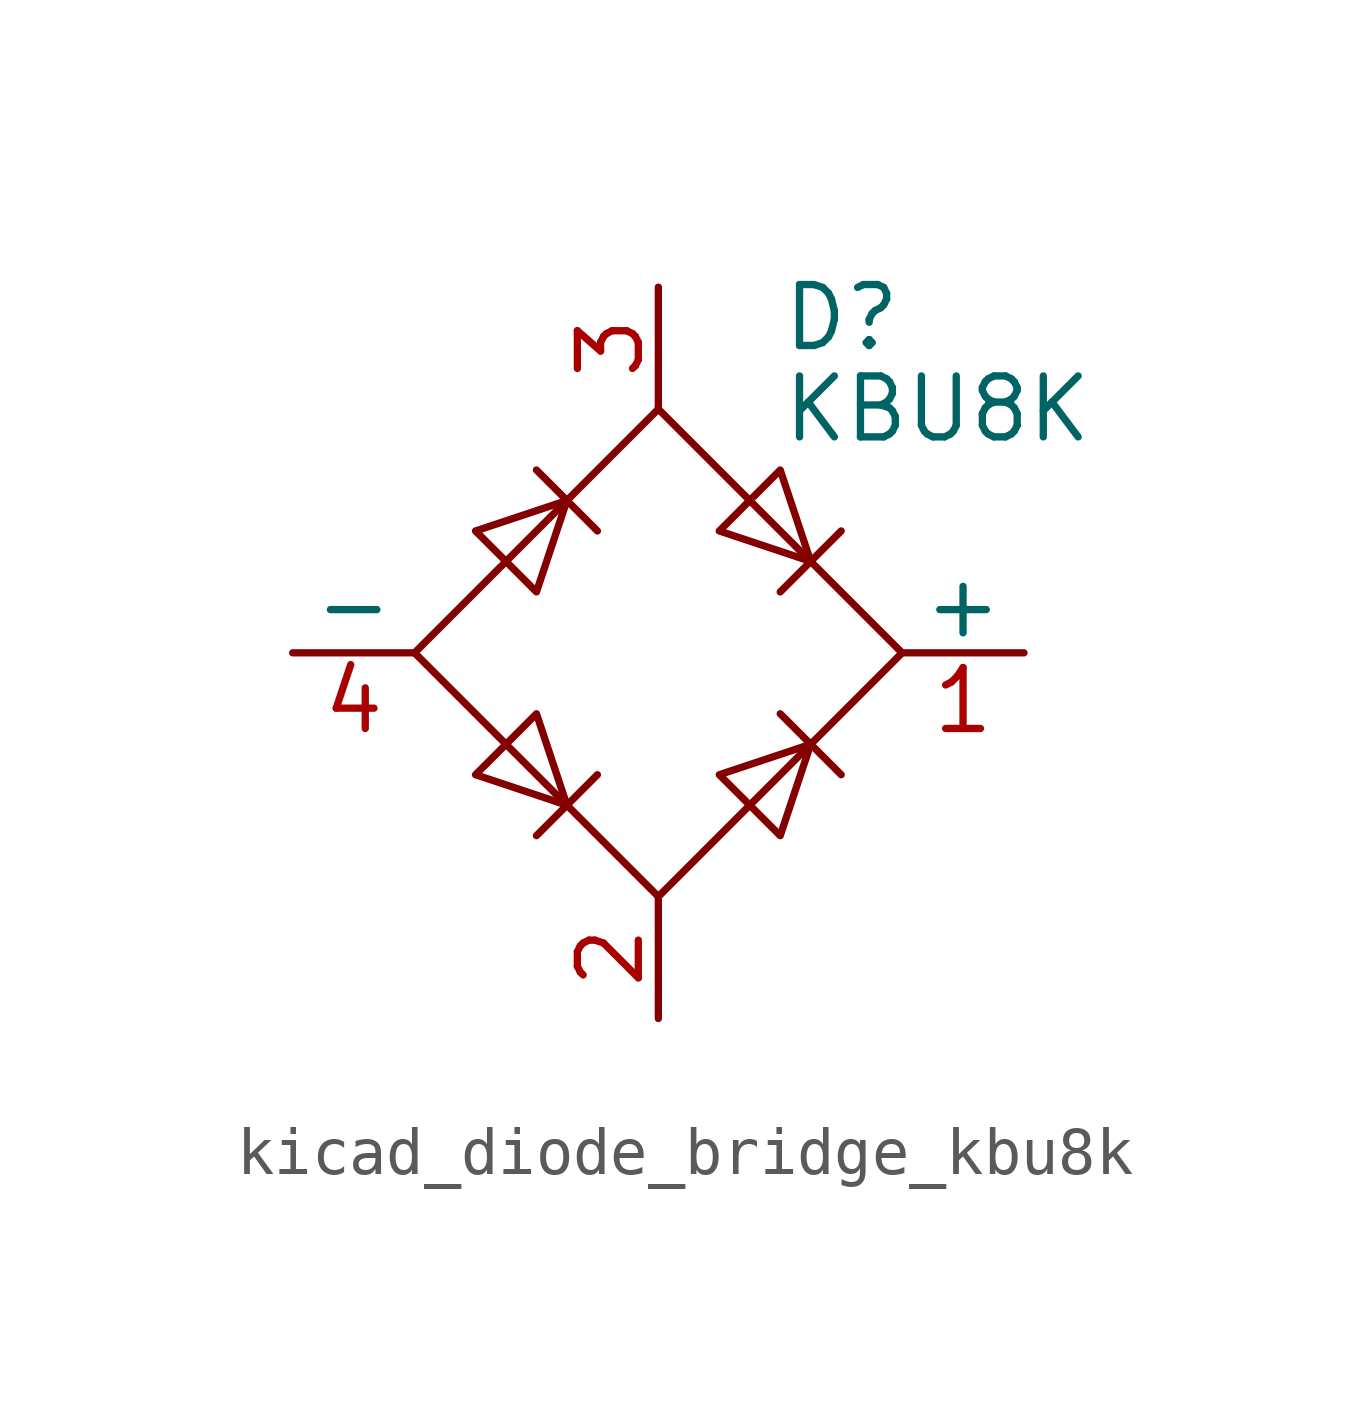
<source format=kicad_sym>
(kicad_symbol_lib
  (version 20220914)
  (generator kicad_symbol_editor)
  (symbol "kicad_diode_bridge_kbu8k"
    (pin_names
      (offset 0))
    (property "Reference" "D"
      (at 2.54 6.985 0)
      (effects (font (size 1.27 1.27)) (justify left)))
    (property "Value" "KBU8K"
      (at 2.54 5.08 0)
      (effects (font (size 1.27 1.27)) (justify left)))
    (symbol "kicad_diode_bridge_kbu8k_0_1"
      (polyline (pts (xy -2.54 3.81) (xy -1.27 2.54)) (stroke (width 0) (type default)) (fill (type none)))
      (polyline (pts (xy -1.27 -2.54) (xy -2.54 -3.81)) (stroke (width 0) (type default)) (fill (type none)))
      (polyline (pts (xy 2.54 -1.27) (xy 3.81 -2.54)) (stroke (width 0) (type default)) (fill (type none)))
      (polyline (pts (xy 2.54 1.27) (xy 3.81 2.54)) (stroke (width 0) (type default)) (fill (type none)))
      (polyline (pts (xy -3.81 2.54) (xy -2.54 1.27) (xy -1.905 3.175) (xy -3.81 2.54)) (stroke (width 0) (type default)) (fill (type none)))
      (polyline (pts (xy -2.54 -1.27) (xy -3.81 -2.54) (xy -1.905 -3.175) (xy -2.54 -1.27)) (stroke (width 0) (type default)) (fill (type none)))
      (polyline (pts (xy 1.27 2.54) (xy 2.54 3.81) (xy 3.175 1.905) (xy 1.27 2.54)) (stroke (width 0) (type default)) (fill (type none)))
      (polyline (pts (xy 3.175 -1.905) (xy 1.27 -2.54) (xy 2.54 -3.81) (xy 3.175 -1.905)) (stroke (width 0) (type default)) (fill (type none)))
      (polyline (pts (xy -5.08 0) (xy 0 -5.08) (xy 5.08 0) (xy 0 5.08) (xy -5.08 0)) (stroke (width 0) (type default)) (fill (type none))))
    (symbol "kicad_diode_bridge_kbu8k_1_1"
      (pin passive line (at 7.62 0 180) (length 2.54) (name "+" (effects (font (size 1.27 1.27)))) (number "1" (effects (font (size 1.27 1.27)))))
      (pin passive line (at 0 -7.62 90) (length 2.54) (name "~" (effects (font (size 1.27 1.27)))) (number "2" (effects (font (size 1.27 1.27)))))
      (pin passive line (at 0 7.62 270) (length 2.54) (name "~" (effects (font (size 1.27 1.27)))) (number "3" (effects (font (size 1.27 1.27)))))
      (pin passive line (at -7.62 0 0) (length 2.54) (name "-" (effects (font (size 1.27 1.27)))) (number "4" (effects (font (size 1.27 1.27))))))))
</source>
